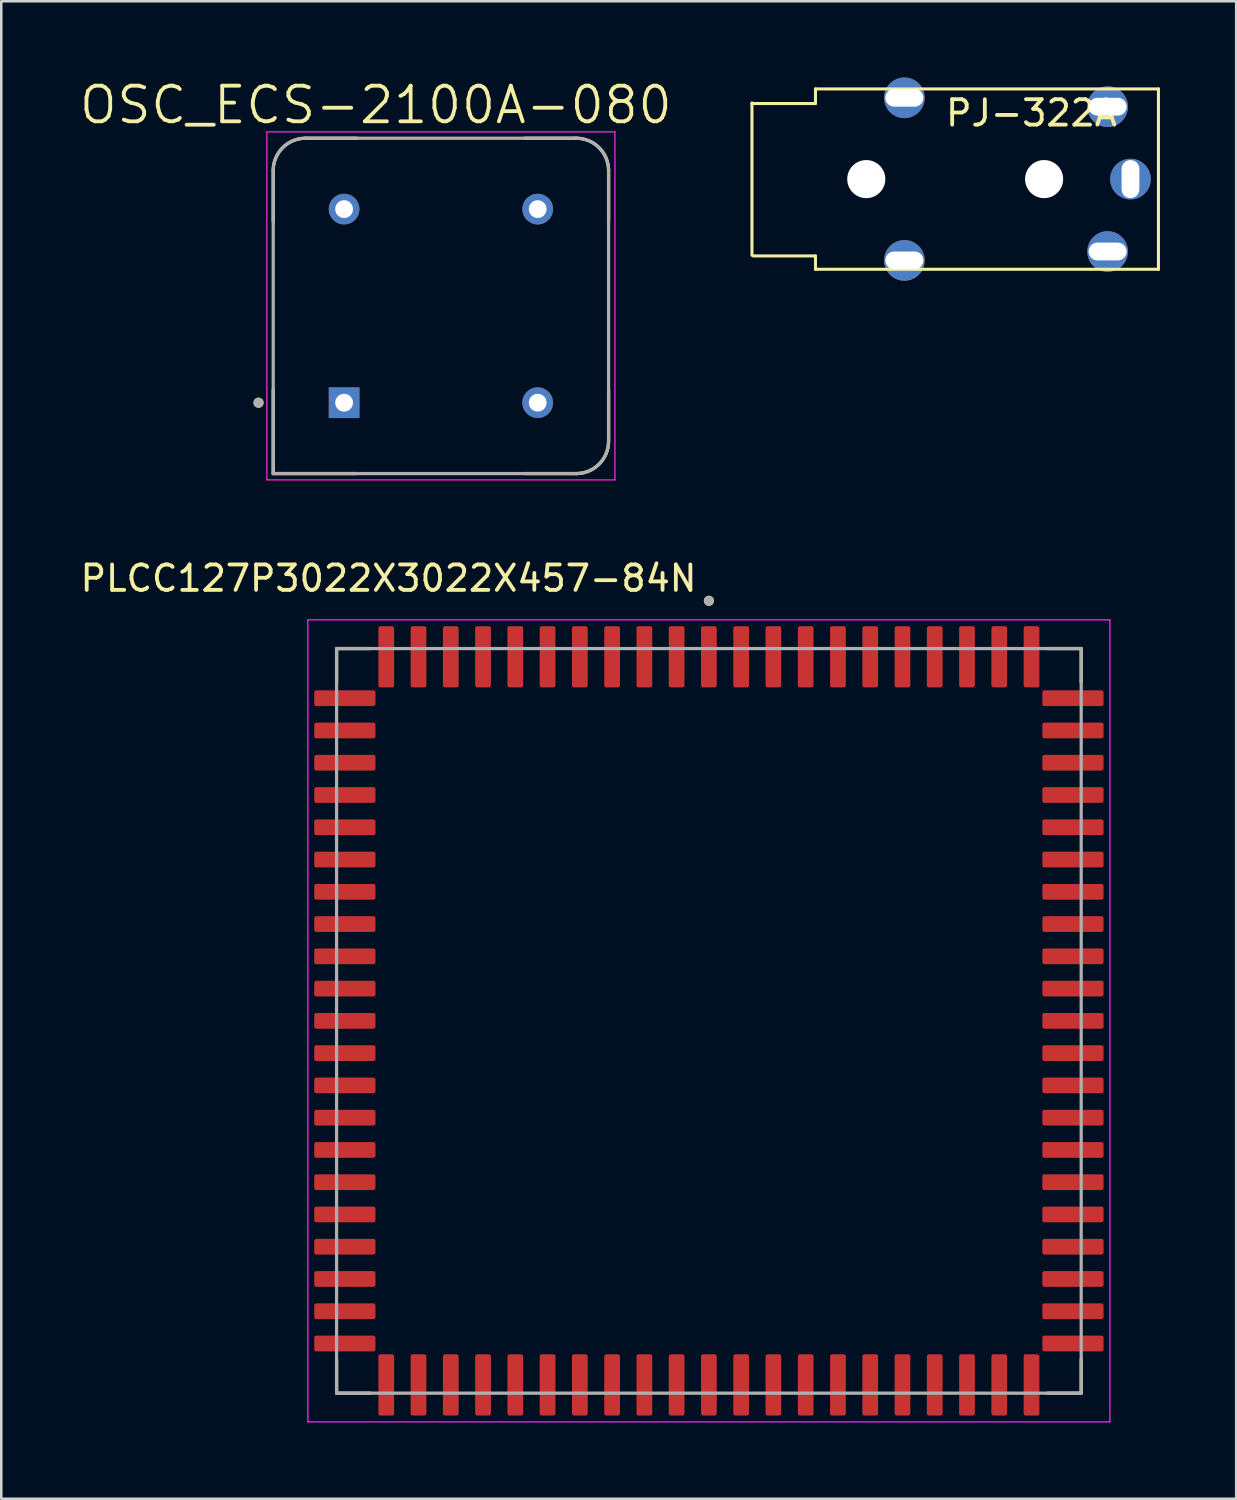
<source format=kicad_pcb>
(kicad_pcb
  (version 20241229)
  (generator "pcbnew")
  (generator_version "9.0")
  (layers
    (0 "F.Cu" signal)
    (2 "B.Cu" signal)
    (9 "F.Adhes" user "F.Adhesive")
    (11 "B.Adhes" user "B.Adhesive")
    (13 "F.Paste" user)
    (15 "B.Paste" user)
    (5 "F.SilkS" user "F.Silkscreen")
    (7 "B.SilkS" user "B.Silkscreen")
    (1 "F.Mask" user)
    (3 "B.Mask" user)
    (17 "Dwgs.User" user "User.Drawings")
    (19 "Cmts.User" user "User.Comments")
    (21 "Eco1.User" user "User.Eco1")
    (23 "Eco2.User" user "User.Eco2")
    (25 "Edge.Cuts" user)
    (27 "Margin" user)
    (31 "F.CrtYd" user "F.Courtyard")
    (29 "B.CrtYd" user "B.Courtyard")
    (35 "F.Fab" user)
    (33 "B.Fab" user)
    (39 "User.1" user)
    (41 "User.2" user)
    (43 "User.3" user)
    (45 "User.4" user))
  (footprint "PLCC127P3022X3022X457-84N"
    (layer "F.Cu")
    (at 24.854 37.134)
    (property "Reference" "PLCC127P3022X3022X457-84N" (at -12.61 -17.42 0) (layer "F.SilkS") (effects (font (size 1 1) (thickness 0.15))))
    (attr smd)
    (fp_line (start -14.655 -14.655) (end -13.33 -14.655) (stroke (width 0.127) (type solid)) (layer "F.SilkS"))
    (fp_line (start -14.655 -13.33) (end -14.655 -14.655) (stroke (width 0.127) (type solid)) (layer "F.SilkS"))
    (fp_line (start -14.655 14.655) (end -14.655 13.33) (stroke (width 0.127) (type solid)) (layer "F.SilkS"))
    (fp_line (start -13.33 14.655) (end -14.655 14.655) (stroke (width 0.127) (type solid)) (layer "F.SilkS"))
    (fp_line (start 13.33 -14.655) (end 14.655 -14.655) (stroke (width 0.127) (type solid)) (layer "F.SilkS"))
    (fp_line (start 14.655 -14.655) (end 14.655 -13.33) (stroke (width 0.127) (type solid)) (layer "F.SilkS"))
    (fp_line (start 14.655 14.655) (end 13.33 14.655) (stroke (width 0.127) (type solid)) (layer "F.SilkS"))
    (fp_line (start 14.655 14.655) (end 14.655 13.33) (stroke (width 0.127) (type solid)) (layer "F.SilkS"))
    (fp_circle (center 0 -16.535) (end 0.1 -16.535) (stroke (width 0.2) (type solid)) (fill no) (layer "F.SilkS"))
    (fp_line (start -15.785 -15.785) (end -15.785 15.785) (stroke (width 0.05) (type solid)) (layer "F.CrtYd"))
    (fp_line (start -15.785 15.785) (end 15.785 15.785) (stroke (width 0.05) (type solid)) (layer "F.CrtYd"))
    (fp_line (start 15.785 -15.785) (end -15.785 -15.785) (stroke (width 0.05) (type solid)) (layer "F.CrtYd"))
    (fp_line (start 15.785 15.785) (end 15.785 -15.785) (stroke (width 0.05) (type solid)) (layer "F.CrtYd"))
    (fp_line (start -14.655 -14.655) (end 14.655 -14.655) (stroke (width 0.127) (type solid)) (layer "F.Fab"))
    (fp_line (start -14.655 14.655) (end -14.655 -14.655) (stroke (width 0.127) (type solid)) (layer "F.Fab"))
    (fp_line (start 14.655 -14.655) (end 14.655 14.655) (stroke (width 0.127) (type solid)) (layer "F.Fab"))
    (fp_line (start 14.655 14.655) (end -14.655 14.655) (stroke (width 0.127) (type solid)) (layer "F.Fab"))
    (fp_circle (center 0 -16.535) (end 0.1 -16.535) (stroke (width 0.2) (type solid)) (fill no) (layer "F.Fab"))
    (pad "1" smd roundrect (at 0 -14.33) (size 0.62 2.41) (layers "F.Cu" "F.Mask" "F.Paste") (roundrect_rratio 0.125))
    (pad "2" smd roundrect (at -1.27 -14.33) (size 0.62 2.41) (layers "F.Cu" "F.Mask" "F.Paste") (roundrect_rratio 0.125))
    (pad "3" smd roundrect (at -2.54 -14.33) (size 0.62 2.41) (layers "F.Cu" "F.Mask" "F.Paste") (roundrect_rratio 0.125))
    (pad "4" smd roundrect (at -3.81 -14.33) (size 0.62 2.41) (layers "F.Cu" "F.Mask" "F.Paste") (roundrect_rratio 0.125))
    (pad "5" smd roundrect (at -5.08 -14.33) (size 0.62 2.41) (layers "F.Cu" "F.Mask" "F.Paste") (roundrect_rratio 0.125))
    (pad "6" smd roundrect (at -6.35 -14.33) (size 0.62 2.41) (layers "F.Cu" "F.Mask" "F.Paste") (roundrect_rratio 0.125))
    (pad "7" smd roundrect (at -7.62 -14.33) (size 0.62 2.41) (layers "F.Cu" "F.Mask" "F.Paste") (roundrect_rratio 0.125))
    (pad "8" smd roundrect (at -8.89 -14.33) (size 0.62 2.41) (layers "F.Cu" "F.Mask" "F.Paste") (roundrect_rratio 0.125))
    (pad "9" smd roundrect (at -10.16 -14.33) (size 0.62 2.41) (layers "F.Cu" "F.Mask" "F.Paste") (roundrect_rratio 0.125))
    (pad "10" smd roundrect (at -11.43 -14.33) (size 0.62 2.41) (layers "F.Cu" "F.Mask" "F.Paste") (roundrect_rratio 0.125))
    (pad "11" smd roundrect (at -12.7 -14.33) (size 0.62 2.41) (layers "F.Cu" "F.Mask" "F.Paste") (roundrect_rratio 0.125))
    (pad "12" smd roundrect (at -14.33 -12.7) (size 2.41 0.62) (layers "F.Cu" "F.Mask" "F.Paste") (roundrect_rratio 0.125))
    (pad "13" smd roundrect (at -14.33 -11.43) (size 2.41 0.62) (layers "F.Cu" "F.Mask" "F.Paste") (roundrect_rratio 0.125))
    (pad "14" smd roundrect (at -14.33 -10.16) (size 2.41 0.62) (layers "F.Cu" "F.Mask" "F.Paste") (roundrect_rratio 0.125))
    (pad "15" smd roundrect (at -14.33 -8.89) (size 2.41 0.62) (layers "F.Cu" "F.Mask" "F.Paste") (roundrect_rratio 0.125))
    (pad "16" smd roundrect (at -14.33 -7.62) (size 2.41 0.62) (layers "F.Cu" "F.Mask" "F.Paste") (roundrect_rratio 0.125))
    (pad "17" smd roundrect (at -14.33 -6.35) (size 2.41 0.62) (layers "F.Cu" "F.Mask" "F.Paste") (roundrect_rratio 0.125))
    (pad "18" smd roundrect (at -14.33 -5.08) (size 2.41 0.62) (layers "F.Cu" "F.Mask" "F.Paste") (roundrect_rratio 0.125))
    (pad "19" smd roundrect (at -14.33 -3.81) (size 2.41 0.62) (layers "F.Cu" "F.Mask" "F.Paste") (roundrect_rratio 0.125))
    (pad "20" smd roundrect (at -14.33 -2.54) (size 2.41 0.62) (layers "F.Cu" "F.Mask" "F.Paste") (roundrect_rratio 0.125))
    (pad "21" smd roundrect (at -14.33 -1.27) (size 2.41 0.62) (layers "F.Cu" "F.Mask" "F.Paste") (roundrect_rratio 0.125))
    (pad "22" smd roundrect (at -14.33 0) (size 2.41 0.62) (layers "F.Cu" "F.Mask" "F.Paste") (roundrect_rratio 0.125))
    (pad "23" smd roundrect (at -14.33 1.27) (size 2.41 0.62) (layers "F.Cu" "F.Mask" "F.Paste") (roundrect_rratio 0.125))
    (pad "24" smd roundrect (at -14.33 2.54) (size 2.41 0.62) (layers "F.Cu" "F.Mask" "F.Paste") (roundrect_rratio 0.125))
    (pad "25" smd roundrect (at -14.33 3.81) (size 2.41 0.62) (layers "F.Cu" "F.Mask" "F.Paste") (roundrect_rratio 0.125))
    (pad "26" smd roundrect (at -14.33 5.08) (size 2.41 0.62) (layers "F.Cu" "F.Mask" "F.Paste") (roundrect_rratio 0.125))
    (pad "27" smd roundrect (at -14.33 6.35) (size 2.41 0.62) (layers "F.Cu" "F.Mask" "F.Paste") (roundrect_rratio 0.125))
    (pad "28" smd roundrect (at -14.33 7.62) (size 2.41 0.62) (layers "F.Cu" "F.Mask" "F.Paste") (roundrect_rratio 0.125))
    (pad "29" smd roundrect (at -14.33 8.89) (size 2.41 0.62) (layers "F.Cu" "F.Mask" "F.Paste") (roundrect_rratio 0.125))
    (pad "30" smd roundrect (at -14.33 10.16) (size 2.41 0.62) (layers "F.Cu" "F.Mask" "F.Paste") (roundrect_rratio 0.125))
    (pad "31" smd roundrect (at -14.33 11.43) (size 2.41 0.62) (layers "F.Cu" "F.Mask" "F.Paste") (roundrect_rratio 0.125))
    (pad "32" smd roundrect (at -14.33 12.7) (size 2.41 0.62) (layers "F.Cu" "F.Mask" "F.Paste") (roundrect_rratio 0.125))
    (pad "33" smd roundrect (at -12.7 14.33) (size 0.62 2.41) (layers "F.Cu" "F.Mask" "F.Paste") (roundrect_rratio 0.125))
    (pad "34" smd roundrect (at -11.43 14.33) (size 0.62 2.41) (layers "F.Cu" "F.Mask" "F.Paste") (roundrect_rratio 0.125))
    (pad "35" smd roundrect (at -10.16 14.33) (size 0.62 2.41) (layers "F.Cu" "F.Mask" "F.Paste") (roundrect_rratio 0.125))
    (pad "36" smd roundrect (at -8.89 14.33) (size 0.62 2.41) (layers "F.Cu" "F.Mask" "F.Paste") (roundrect_rratio 0.125))
    (pad "37" smd roundrect (at -7.62 14.33) (size 0.62 2.41) (layers "F.Cu" "F.Mask" "F.Paste") (roundrect_rratio 0.125))
    (pad "38" smd roundrect (at -6.35 14.33) (size 0.62 2.41) (layers "F.Cu" "F.Mask" "F.Paste") (roundrect_rratio 0.125))
    (pad "39" smd roundrect (at -5.08 14.33) (size 0.62 2.41) (layers "F.Cu" "F.Mask" "F.Paste") (roundrect_rratio 0.125))
    (pad "40" smd roundrect (at -3.81 14.33) (size 0.62 2.41) (layers "F.Cu" "F.Mask" "F.Paste") (roundrect_rratio 0.125))
    (pad "41" smd roundrect (at -2.54 14.33) (size 0.62 2.41) (layers "F.Cu" "F.Mask" "F.Paste") (roundrect_rratio 0.125))
    (pad "42" smd roundrect (at -1.27 14.33) (size 0.62 2.41) (layers "F.Cu" "F.Mask" "F.Paste") (roundrect_rratio 0.125))
    (pad "43" smd roundrect (at 0 14.33) (size 0.62 2.41) (layers "F.Cu" "F.Mask" "F.Paste") (roundrect_rratio 0.125))
    (pad "44" smd roundrect (at 1.27 14.33) (size 0.62 2.41) (layers "F.Cu" "F.Mask" "F.Paste") (roundrect_rratio 0.125))
    (pad "45" smd roundrect (at 2.54 14.33) (size 0.62 2.41) (layers "F.Cu" "F.Mask" "F.Paste") (roundrect_rratio 0.125))
    (pad "46" smd roundrect (at 3.81 14.33) (size 0.62 2.41) (layers "F.Cu" "F.Mask" "F.Paste") (roundrect_rratio 0.125))
    (pad "47" smd roundrect (at 5.08 14.33) (size 0.62 2.41) (layers "F.Cu" "F.Mask" "F.Paste") (roundrect_rratio 0.125))
    (pad "48" smd roundrect (at 6.35 14.33) (size 0.62 2.41) (layers "F.Cu" "F.Mask" "F.Paste") (roundrect_rratio 0.125))
    (pad "49" smd roundrect (at 7.62 14.33) (size 0.62 2.41) (layers "F.Cu" "F.Mask" "F.Paste") (roundrect_rratio 0.125))
    (pad "50" smd roundrect (at 8.89 14.33) (size 0.62 2.41) (layers "F.Cu" "F.Mask" "F.Paste") (roundrect_rratio 0.125))
    (pad "51" smd roundrect (at 10.16 14.33) (size 0.62 2.41) (layers "F.Cu" "F.Mask" "F.Paste") (roundrect_rratio 0.125))
    (pad "52" smd roundrect (at 11.43 14.33) (size 0.62 2.41) (layers "F.Cu" "F.Mask" "F.Paste") (roundrect_rratio 0.125))
    (pad "53" smd roundrect (at 12.7 14.33) (size 0.62 2.41) (layers "F.Cu" "F.Mask" "F.Paste") (roundrect_rratio 0.125))
    (pad "54" smd roundrect (at 14.33 12.7) (size 2.41 0.62) (layers "F.Cu" "F.Mask" "F.Paste") (roundrect_rratio 0.125))
    (pad "55" smd roundrect (at 14.33 11.43) (size 2.41 0.62) (layers "F.Cu" "F.Mask" "F.Paste") (roundrect_rratio 0.125))
    (pad "56" smd roundrect (at 14.33 10.16) (size 2.41 0.62) (layers "F.Cu" "F.Mask" "F.Paste") (roundrect_rratio 0.125))
    (pad "57" smd roundrect (at 14.33 8.89) (size 2.41 0.62) (layers "F.Cu" "F.Mask" "F.Paste") (roundrect_rratio 0.125))
    (pad "58" smd roundrect (at 14.33 7.62) (size 2.41 0.62) (layers "F.Cu" "F.Mask" "F.Paste") (roundrect_rratio 0.125))
    (pad "59" smd roundrect (at 14.33 6.35) (size 2.41 0.62) (layers "F.Cu" "F.Mask" "F.Paste") (roundrect_rratio 0.125))
    (pad "60" smd roundrect (at 14.33 5.08) (size 2.41 0.62) (layers "F.Cu" "F.Mask" "F.Paste") (roundrect_rratio 0.125))
    (pad "61" smd roundrect (at 14.33 3.81) (size 2.41 0.62) (layers "F.Cu" "F.Mask" "F.Paste") (roundrect_rratio 0.125))
    (pad "62" smd roundrect (at 14.33 2.54) (size 2.41 0.62) (layers "F.Cu" "F.Mask" "F.Paste") (roundrect_rratio 0.125))
    (pad "63" smd roundrect (at 14.33 1.27) (size 2.41 0.62) (layers "F.Cu" "F.Mask" "F.Paste") (roundrect_rratio 0.125))
    (pad "64" smd roundrect (at 14.33 0) (size 2.41 0.62) (layers "F.Cu" "F.Mask" "F.Paste") (roundrect_rratio 0.125))
    (pad "65" smd roundrect (at 14.33 -1.27) (size 2.41 0.62) (layers "F.Cu" "F.Mask" "F.Paste") (roundrect_rratio 0.125))
    (pad "66" smd roundrect (at 14.33 -2.54) (size 2.41 0.62) (layers "F.Cu" "F.Mask" "F.Paste") (roundrect_rratio 0.125))
    (pad "67" smd roundrect (at 14.33 -3.81) (size 2.41 0.62) (layers "F.Cu" "F.Mask" "F.Paste") (roundrect_rratio 0.125))
    (pad "68" smd roundrect (at 14.33 -5.08) (size 2.41 0.62) (layers "F.Cu" "F.Mask" "F.Paste") (roundrect_rratio 0.125))
    (pad "69" smd roundrect (at 14.33 -6.35) (size 2.41 0.62) (layers "F.Cu" "F.Mask" "F.Paste") (roundrect_rratio 0.125))
    (pad "70" smd roundrect (at 14.33 -7.62) (size 2.41 0.62) (layers "F.Cu" "F.Mask" "F.Paste") (roundrect_rratio 0.125))
    (pad "71" smd roundrect (at 14.33 -8.89) (size 2.41 0.62) (layers "F.Cu" "F.Mask" "F.Paste") (roundrect_rratio 0.125))
    (pad "72" smd roundrect (at 14.33 -10.16) (size 2.41 0.62) (layers "F.Cu" "F.Mask" "F.Paste") (roundrect_rratio 0.125))
    (pad "73" smd roundrect (at 14.33 -11.43) (size 2.41 0.62) (layers "F.Cu" "F.Mask" "F.Paste") (roundrect_rratio 0.125))
    (pad "74" smd roundrect (at 14.33 -12.7) (size 2.41 0.62) (layers "F.Cu" "F.Mask" "F.Paste") (roundrect_rratio 0.125))
    (pad "75" smd roundrect (at 12.7 -14.33) (size 0.62 2.41) (layers "F.Cu" "F.Mask" "F.Paste") (roundrect_rratio 0.125))
    (pad "76" smd roundrect (at 11.43 -14.33) (size 0.62 2.41) (layers "F.Cu" "F.Mask" "F.Paste") (roundrect_rratio 0.125))
    (pad "77" smd roundrect (at 10.16 -14.33) (size 0.62 2.41) (layers "F.Cu" "F.Mask" "F.Paste") (roundrect_rratio 0.125))
    (pad "78" smd roundrect (at 8.89 -14.33) (size 0.62 2.41) (layers "F.Cu" "F.Mask" "F.Paste") (roundrect_rratio 0.125))
    (pad "79" smd roundrect (at 7.62 -14.33) (size 0.62 2.41) (layers "F.Cu" "F.Mask" "F.Paste") (roundrect_rratio 0.125))
    (pad "80" smd roundrect (at 6.35 -14.33) (size 0.62 2.41) (layers "F.Cu" "F.Mask" "F.Paste") (roundrect_rratio 0.125))
    (pad "81" smd roundrect (at 5.08 -14.33) (size 0.62 2.41) (layers "F.Cu" "F.Mask" "F.Paste") (roundrect_rratio 0.125))
    (pad "82" smd roundrect (at 3.81 -14.33) (size 0.62 2.41) (layers "F.Cu" "F.Mask" "F.Paste") (roundrect_rratio 0.125))
    (pad "83" smd roundrect (at 2.54 -14.33) (size 0.62 2.41) (layers "F.Cu" "F.Mask" "F.Paste") (roundrect_rratio 0.125))
    (pad "84" smd roundrect (at 1.27 -14.33) (size 0.62 2.41) (layers "F.Cu" "F.Mask" "F.Paste") (roundrect_rratio 0.125)))
  (footprint "OSC_ECS-2100A-080"
    (layer "F.Cu")
    (at 14.305 8.991)
    (property "Reference" "OSC_ECS-2100A-080" (at -2.561 -7.907 0) (layer "F.SilkS") (effects (font (size 1.403 1.403) (thickness 0.15))))
    (attr through_hole)
    (fp_line (start -6.6 -5.33) (end -6.6 -3.3) (stroke (width 0.127) (type solid)) (layer "F.SilkS"))
    (fp_line (start -6.6 6.6) (end -6.6 3.3) (stroke (width 0.127) (type solid)) (layer "F.SilkS"))
    (fp_line (start -3.3 -6.6) (end -5.33 -6.6) (stroke (width 0.127) (type solid)) (layer "F.SilkS"))
    (fp_line (start -3.3 6.6) (end -6.6 6.6) (stroke (width 0.127) (type solid)) (layer "F.SilkS"))
    (fp_line (start 3.3 -6.6) (end 5.33 -6.6) (stroke (width 0.127) (type solid)) (layer "F.SilkS"))
    (fp_line (start 3.3 6.6) (end 5.33 6.6) (stroke (width 0.127) (type solid)) (layer "F.SilkS"))
    (fp_line (start 6.6 -5.33) (end 6.6 -3.3) (stroke (width 0.127) (type solid)) (layer "F.SilkS"))
    (fp_line (start 6.6 5.33) (end 6.6 3.3) (stroke (width 0.127) (type solid)) (layer "F.SilkS"))
    (fp_arc (start -6.6 -5.33) (mid -6.228026 -6.228026) (end -5.33 -6.6) (stroke (width 0.127) (type solid)) (layer "F.SilkS"))
    (fp_arc (start 5.33 -6.6) (mid 6.228026 -6.228026) (end 6.6 -5.33) (stroke (width 0.127) (type solid)) (layer "F.SilkS"))
    (fp_arc (start 6.6 5.33) (mid 6.228026 6.228026) (end 5.33 6.6) (stroke (width 0.127) (type solid)) (layer "F.SilkS"))
    (fp_circle (center -7.179 3.81) (end -7.079 3.81) (stroke (width 0.2) (type solid)) (fill no) (layer "F.SilkS"))
    (fp_line (start -6.85 -6.85) (end 6.85 -6.85) (stroke (width 0.05) (type solid)) (layer "F.CrtYd"))
    (fp_line (start -6.85 6.85) (end -6.85 -6.85) (stroke (width 0.05) (type solid)) (layer "F.CrtYd"))
    (fp_line (start 6.85 -6.85) (end 6.85 6.85) (stroke (width 0.05) (type solid)) (layer "F.CrtYd"))
    (fp_line (start 6.85 6.85) (end -6.85 6.85) (stroke (width 0.05) (type solid)) (layer "F.CrtYd"))
    (fp_line (start -6.6 6.6) (end -6.6 -5.33) (stroke (width 0.127) (type solid)) (layer "F.Fab"))
    (fp_line (start -5.33 -6.6) (end 5.33 -6.6) (stroke (width 0.127) (type solid)) (layer "F.Fab"))
    (fp_line (start 5.33 6.6) (end -6.6 6.6) (stroke (width 0.127) (type solid)) (layer "F.Fab"))
    (fp_line (start 6.6 -5.33) (end 6.6 5.33) (stroke (width 0.127) (type solid)) (layer "F.Fab"))
    (fp_arc (start -6.6 -5.33) (mid -6.228026 -6.228026) (end -5.33 -6.6) (stroke (width 0.127) (type solid)) (layer "F.Fab"))
    (fp_arc (start 5.33 -6.6) (mid 6.228026 -6.228026) (end 6.6 -5.33) (stroke (width 0.127) (type solid)) (layer "F.Fab"))
    (fp_arc (start 6.6 5.33) (mid 6.228026 6.228026) (end 5.33 6.6) (stroke (width 0.127) (type solid)) (layer "F.Fab"))
    (fp_circle (center -7.179 3.81) (end -7.079 3.81) (stroke (width 0.2) (type solid)) (fill no) (layer "F.Fab"))
    (pad "1" thru_hole rect (at -3.81 3.81) (size 1.208 1.208) (drill 0.7) (layers "*.Cu" "*.Mask"))
    (pad "4" thru_hole circle (at 3.81 3.81) (size 1.208 1.208) (drill 0.7) (layers "*.Cu" "*.Mask"))
    (pad "5" thru_hole circle (at 3.81 -3.81) (size 1.208 1.208) (drill 0.7) (layers "*.Cu" "*.Mask"))
    (pad "8" thru_hole circle (at -3.81 -3.81) (size 1.208 1.208) (drill 0.7) (layers "*.Cu" "*.Mask")))
  (footprint "PJ-322A"
    (layer "F.Cu")
    (at 29.049 4)
    (property "Reference" "PJ-322A" (at 8.5 -2.6 0) (layer "F.SilkS") (effects (font (size 1 1) (thickness 0.15))))
    (attr through_hole)
    (fp_line (start -2.5 -3) (end -2.5 3) (stroke (width 0.12) (type solid)) (layer "F.SilkS"))
    (fp_line (start -2.5 -2.975) (end 0 -2.975) (stroke (width 0.12) (type solid)) (layer "F.SilkS"))
    (fp_line (start -2.45 3.025) (end 0 3.025) (stroke (width 0.12) (type solid)) (layer "F.SilkS"))
    (fp_line (start 0 -3.55) (end 0 -2.975) (stroke (width 0.12) (type solid)) (layer "F.SilkS"))
    (fp_line (start 0 -3.55) (end 13.5 -3.55) (stroke (width 0.12) (type solid)) (layer "F.SilkS"))
    (fp_line (start 0 3.55) (end 0 3.025) (stroke (width 0.12) (type solid)) (layer "F.SilkS"))
    (fp_line (start 0 3.55) (end 13.5 3.55) (stroke (width 0.12) (type solid)) (layer "F.SilkS"))
    (fp_line (start 13.5 -3.55) (end 13.5 3.55) (stroke (width 0.12) (type solid)) (layer "F.SilkS"))
    (pad "" np_thru_hole circle (at 2 0) (size 1.5 1.5) (drill 1.5) (layers "*.Cu"))
    (pad "" np_thru_hole circle (at 9 0) (size 1.5 1.5) (drill 1.5) (layers "*.Cu"))
    (pad "1" thru_hole circle (at 12.4 0 90) (size 1.6 1.6) (drill oval 1.5 0.7) (layers "*.Cu" "*.Mask"))
    (pad "2" thru_hole circle (at 11.5 -2.85) (size 1.6 1.6) (drill oval 1.5 0.7) (layers "*.Cu" "*.Mask"))
    (pad "3" thru_hole circle (at 3.5 -3.2) (size 1.6 1.6) (drill oval 1.5 0.7) (layers "*.Cu" "*.Mask"))
    (pad "3" thru_hole circle (at 3.5 3.2) (size 1.6 1.6) (drill oval 1.5 0.7) (layers "*.Cu" "*.Mask"))
    (pad "4" thru_hole circle (at 11.5 2.85) (size 1.6 1.6) (drill oval 1.5 0.7) (layers "*.Cu" "*.Mask")))
  (gr_rect
    (start -3 -3)
    (end 45.609 55.944)
    (stroke (width 0.1) (type default))
    (fill no)
    (layer "Edge.Cuts")))
</source>
